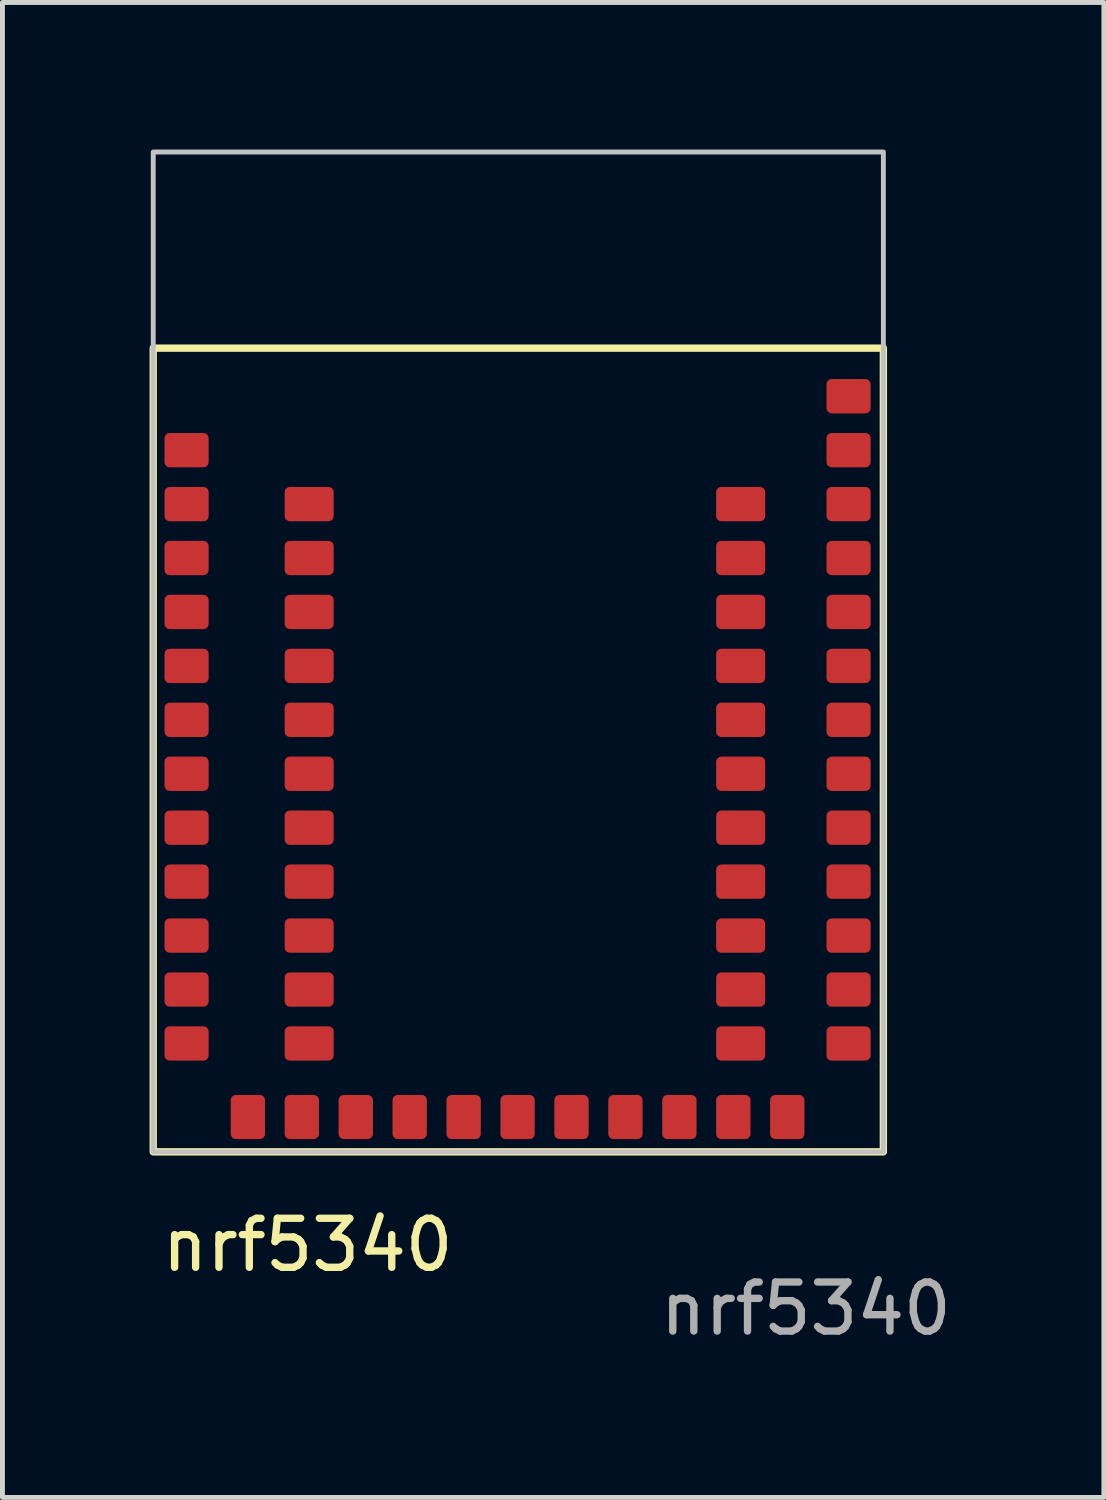
<source format=kicad_pcb>
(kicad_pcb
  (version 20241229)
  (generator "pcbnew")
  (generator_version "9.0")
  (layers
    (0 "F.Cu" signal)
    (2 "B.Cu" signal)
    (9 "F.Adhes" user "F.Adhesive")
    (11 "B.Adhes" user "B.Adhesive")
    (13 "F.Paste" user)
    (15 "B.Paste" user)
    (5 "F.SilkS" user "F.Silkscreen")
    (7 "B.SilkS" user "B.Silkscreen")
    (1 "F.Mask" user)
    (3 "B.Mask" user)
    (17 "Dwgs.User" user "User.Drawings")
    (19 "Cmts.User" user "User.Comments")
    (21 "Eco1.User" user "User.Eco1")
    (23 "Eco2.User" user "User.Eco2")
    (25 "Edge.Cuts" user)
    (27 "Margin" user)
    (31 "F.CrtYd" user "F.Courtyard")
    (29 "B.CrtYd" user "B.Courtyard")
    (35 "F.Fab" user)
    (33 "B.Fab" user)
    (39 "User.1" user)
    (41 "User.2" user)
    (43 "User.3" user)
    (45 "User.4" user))
  (footprint "nrf5340"
    (layer "F.Cu")
    (at 0.755 19.73)
    (property "Reference" "nrf5340" (at 2.47 2.61 0) (unlocked yes) (layer "F.SilkS") (effects (font (size 1 1) (thickness 0.15))))
    (attr smd)
    (fp_rect (start -0.68 -15.68) (end 14.21 0.71) (stroke (width 0.15) (type solid)) (fill no) (layer "F.SilkS"))
    (fp_rect (start -0.68 -19.68) (end 14.21 0.71) (stroke (width 0.1) (type solid)) (fill no) (layer "Dwgs.User"))
    (fp_text user "${REFERENCE}" (at 12.63 3.91 0) (unlocked yes) (layer "F.Fab") (effects (font (size 1 1) (thickness 0.15))))
    (pad "1" smd roundrect (at 0 -13.6) (size 0.9 0.7) (layers "F.Cu" "F.Mask" "F.Paste") (roundrect_rratio 0.15))
    (pad "2" smd roundrect (at 0 -12.5) (size 0.9 0.7) (layers "F.Cu" "F.Mask" "F.Paste") (roundrect_rratio 0.15))
    (pad "3" smd roundrect (at 0 -11.4) (size 0.9 0.7) (layers "F.Cu" "F.Mask" "F.Paste") (roundrect_rratio 0.15))
    (pad "4" smd roundrect (at 0 -10.3) (size 0.9 0.7) (layers "F.Cu" "F.Mask" "F.Paste") (roundrect_rratio 0.15))
    (pad "5" smd roundrect (at 0 -9.2) (size 0.9 0.7) (layers "F.Cu" "F.Mask" "F.Paste") (roundrect_rratio 0.15))
    (pad "6" smd roundrect (at 0 -8.1) (size 0.9 0.7) (layers "F.Cu" "F.Mask" "F.Paste") (roundrect_rratio 0.15))
    (pad "7" smd roundrect (at 0 -7) (size 0.9 0.7) (layers "F.Cu" "F.Mask" "F.Paste") (roundrect_rratio 0.15))
    (pad "8" smd roundrect (at 0 -5.9) (size 0.9 0.7) (layers "F.Cu" "F.Mask" "F.Paste") (roundrect_rratio 0.15))
    (pad "9" smd roundrect (at 0 -4.8) (size 0.9 0.7) (layers "F.Cu" "F.Mask" "F.Paste") (roundrect_rratio 0.15))
    (pad "10" smd roundrect (at 0 -3.7) (size 0.9 0.7) (layers "F.Cu" "F.Mask" "F.Paste") (roundrect_rratio 0.15))
    (pad "11" smd roundrect (at 0 -2.6) (size 0.9 0.7) (layers "F.Cu" "F.Mask" "F.Paste") (roundrect_rratio 0.15))
    (pad "12" smd roundrect (at 0 -1.5) (size 0.9 0.7) (layers "F.Cu" "F.Mask" "F.Paste") (roundrect_rratio 0.15))
    (pad "13" smd roundrect (at 1.25 0 90) (size 0.9 0.7) (layers "F.Cu" "F.Mask" "F.Paste") (roundrect_rratio 0.15))
    (pad "14" smd roundrect (at 2.35 0 90) (size 0.9 0.7) (layers "F.Cu" "F.Mask" "F.Paste") (roundrect_rratio 0.15))
    (pad "15" smd roundrect (at 3.45 0 90) (size 0.9 0.7) (layers "F.Cu" "F.Mask" "F.Paste") (roundrect_rratio 0.15))
    (pad "16" smd roundrect (at 4.55 0 90) (size 0.9 0.7) (layers "F.Cu" "F.Mask" "F.Paste") (roundrect_rratio 0.15))
    (pad "17" smd roundrect (at 5.65 0 90) (size 0.9 0.7) (layers "F.Cu" "F.Mask" "F.Paste") (roundrect_rratio 0.15))
    (pad "18" smd roundrect (at 6.75 0 90) (size 0.9 0.7) (layers "F.Cu" "F.Mask" "F.Paste") (roundrect_rratio 0.15))
    (pad "19" smd roundrect (at 7.85 0 90) (size 0.9 0.7) (layers "F.Cu" "F.Mask" "F.Paste") (roundrect_rratio 0.15))
    (pad "20" smd roundrect (at 8.95 0 90) (size 0.9 0.7) (layers "F.Cu" "F.Mask" "F.Paste") (roundrect_rratio 0.15))
    (pad "21" smd roundrect (at 10.05 0 90) (size 0.9 0.7) (layers "F.Cu" "F.Mask" "F.Paste") (roundrect_rratio 0.15))
    (pad "22" smd roundrect (at 11.15 0 90) (size 0.9 0.7) (layers "F.Cu" "F.Mask" "F.Paste") (roundrect_rratio 0.15))
    (pad "23" smd roundrect (at 12.25 0 90) (size 0.9 0.7) (layers "F.Cu" "F.Mask" "F.Paste") (roundrect_rratio 0.15))
    (pad "24" smd roundrect (at 13.5 -1.5 180) (size 0.9 0.7) (layers "F.Cu" "F.Mask" "F.Paste") (roundrect_rratio 0.15))
    (pad "25" smd roundrect (at 13.5 -2.6 180) (size 0.9 0.7) (layers "F.Cu" "F.Mask" "F.Paste") (roundrect_rratio 0.15))
    (pad "26" smd roundrect (at 13.5 -3.7 180) (size 0.9 0.7) (layers "F.Cu" "F.Mask" "F.Paste") (roundrect_rratio 0.15))
    (pad "27" smd roundrect (at 13.5 -4.8 180) (size 0.9 0.7) (layers "F.Cu" "F.Mask" "F.Paste") (roundrect_rratio 0.15))
    (pad "28" smd roundrect (at 13.5 -5.9 180) (size 0.9 0.7) (layers "F.Cu" "F.Mask" "F.Paste") (roundrect_rratio 0.15))
    (pad "29" smd roundrect (at 13.5 -7 180) (size 0.9 0.7) (layers "F.Cu" "F.Mask" "F.Paste") (roundrect_rratio 0.15))
    (pad "30" smd roundrect (at 13.5 -8.1 180) (size 0.9 0.7) (layers "F.Cu" "F.Mask" "F.Paste") (roundrect_rratio 0.15))
    (pad "31" smd roundrect (at 13.5 -9.2 180) (size 0.9 0.7) (layers "F.Cu" "F.Mask" "F.Paste") (roundrect_rratio 0.15))
    (pad "32" smd roundrect (at 13.5 -10.3 180) (size 0.9 0.7) (layers "F.Cu" "F.Mask" "F.Paste") (roundrect_rratio 0.15))
    (pad "33" smd roundrect (at 13.5 -11.4 180) (size 0.9 0.7) (layers "F.Cu" "F.Mask" "F.Paste") (roundrect_rratio 0.15))
    (pad "34" smd roundrect (at 13.5 -12.5 180) (size 0.9 0.7) (layers "F.Cu" "F.Mask" "F.Paste") (roundrect_rratio 0.15))
    (pad "35" smd roundrect (at 13.5 -13.6 180) (size 0.9 0.7) (layers "F.Cu" "F.Mask" "F.Paste") (roundrect_rratio 0.15))
    (pad "36" smd roundrect (at 13.5 -14.7 180) (size 0.9 0.7) (layers "F.Cu" "F.Mask" "F.Paste") (roundrect_rratio 0.15))
    (pad "37" smd roundrect (at 2.5 -11.4 180) (size 1 0.7) (layers "F.Cu" "F.Mask" "F.Paste") (roundrect_rratio 0.15))
    (pad "38" smd roundrect (at 2.5 -12.5 180) (size 1 0.7) (layers "F.Cu" "F.Mask" "F.Paste") (roundrect_rratio 0.15))
    (pad "39" smd roundrect (at 2.5 -10.3 180) (size 1 0.7) (layers "F.Cu" "F.Mask" "F.Paste") (roundrect_rratio 0.15))
    (pad "40" smd roundrect (at 2.5 -9.2 180) (size 1 0.7) (layers "F.Cu" "F.Mask" "F.Paste") (roundrect_rratio 0.15))
    (pad "41" smd roundrect (at 2.5 -8.1 180) (size 1 0.7) (layers "F.Cu" "F.Mask" "F.Paste") (roundrect_rratio 0.15))
    (pad "42" smd roundrect (at 2.5 -7 180) (size 1 0.7) (layers "F.Cu" "F.Mask" "F.Paste") (roundrect_rratio 0.15))
    (pad "43" smd roundrect (at 2.5 -5.9 180) (size 1 0.7) (layers "F.Cu" "F.Mask" "F.Paste") (roundrect_rratio 0.15))
    (pad "44" smd roundrect (at 2.5 -4.8 180) (size 1 0.7) (layers "F.Cu" "F.Mask" "F.Paste") (roundrect_rratio 0.15))
    (pad "45" smd roundrect (at 2.5 -3.7 180) (size 1 0.7) (layers "F.Cu" "F.Mask" "F.Paste") (roundrect_rratio 0.15))
    (pad "46" smd roundrect (at 2.5 -2.6 180) (size 1 0.7) (layers "F.Cu" "F.Mask" "F.Paste") (roundrect_rratio 0.15))
    (pad "47" smd roundrect (at 2.5 -1.5 180) (size 1 0.7) (layers "F.Cu" "F.Mask" "F.Paste") (roundrect_rratio 0.15))
    (pad "48" smd roundrect (at 11.3 -1.5 180) (size 1 0.7) (layers "F.Cu" "F.Mask" "F.Paste") (roundrect_rratio 0.15))
    (pad "49" smd roundrect (at 11.3 -2.6 180) (size 1 0.7) (layers "F.Cu" "F.Mask" "F.Paste") (roundrect_rratio 0.15))
    (pad "50" smd roundrect (at 11.3 -3.7 180) (size 1 0.7) (layers "F.Cu" "F.Mask" "F.Paste") (roundrect_rratio 0.15))
    (pad "51" smd roundrect (at 11.3 -4.8 180) (size 1 0.7) (layers "F.Cu" "F.Mask" "F.Paste") (roundrect_rratio 0.15))
    (pad "52" smd roundrect (at 11.3 -5.9 180) (size 1 0.7) (layers "F.Cu" "F.Mask" "F.Paste") (roundrect_rratio 0.15))
    (pad "53" smd roundrect (at 11.3 -7 180) (size 1 0.7) (layers "F.Cu" "F.Mask" "F.Paste") (roundrect_rratio 0.15))
    (pad "54" smd roundrect (at 11.3 -8.1 180) (size 1 0.7) (layers "F.Cu" "F.Mask" "F.Paste") (roundrect_rratio 0.15))
    (pad "55" smd roundrect (at 11.3 -9.2 180) (size 1 0.7) (layers "F.Cu" "F.Mask" "F.Paste") (roundrect_rratio 0.15))
    (pad "56" smd roundrect (at 11.3 -10.3 180) (size 1 0.7) (layers "F.Cu" "F.Mask" "F.Paste") (roundrect_rratio 0.15))
    (pad "57" smd roundrect (at 11.3 -11.4 180) (size 1 0.7) (layers "F.Cu" "F.Mask" "F.Paste") (roundrect_rratio 0.15))
    (pad "58" smd roundrect (at 11.3 -12.5 180) (size 1 0.7) (layers "F.Cu" "F.Mask" "F.Paste") (roundrect_rratio 0.15)))
  (gr_rect
    (start -3 -3)
    (end 19.462 27.488)
    (stroke (width 0.1) (type default))
    (fill no)
    (layer "Edge.Cuts")))
</source>
